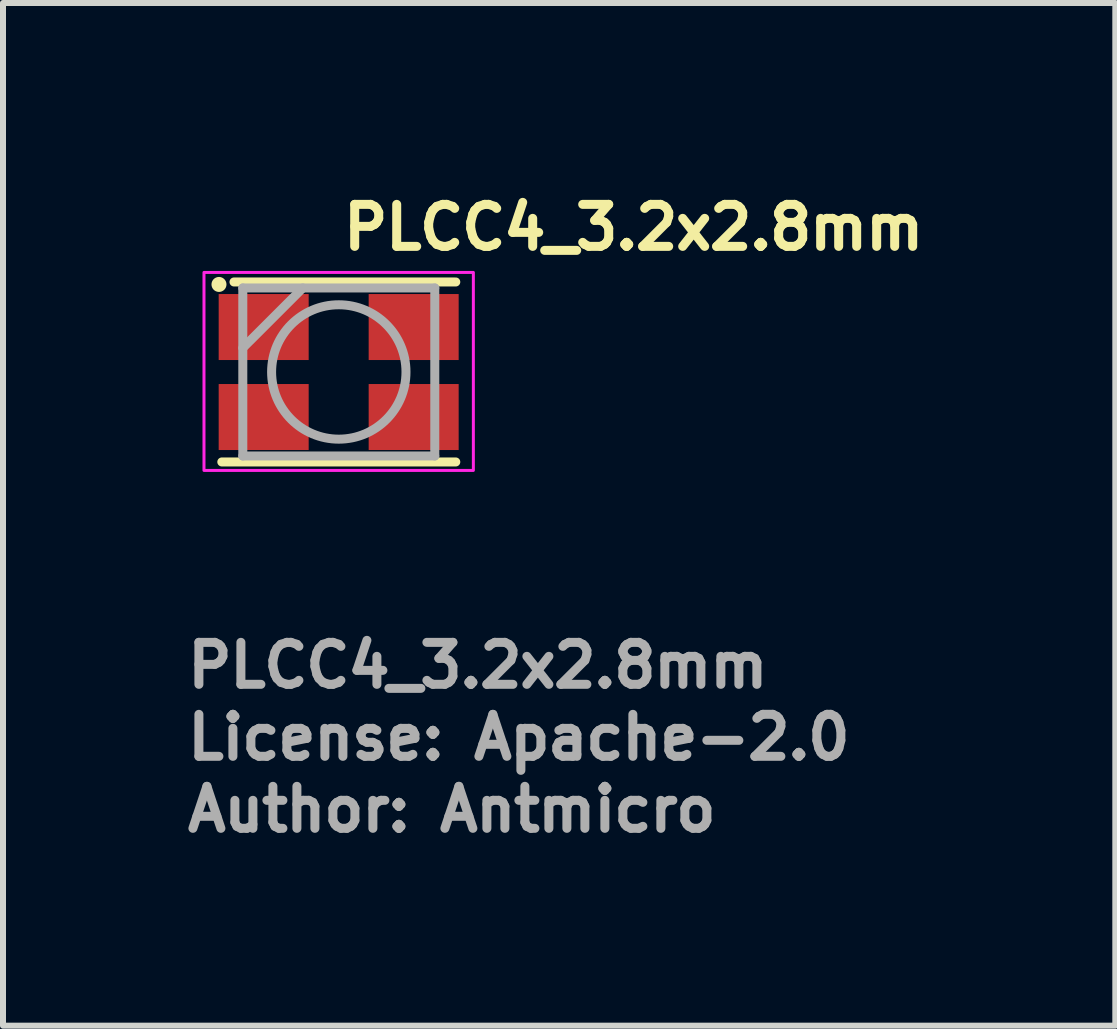
<source format=kicad_pcb>
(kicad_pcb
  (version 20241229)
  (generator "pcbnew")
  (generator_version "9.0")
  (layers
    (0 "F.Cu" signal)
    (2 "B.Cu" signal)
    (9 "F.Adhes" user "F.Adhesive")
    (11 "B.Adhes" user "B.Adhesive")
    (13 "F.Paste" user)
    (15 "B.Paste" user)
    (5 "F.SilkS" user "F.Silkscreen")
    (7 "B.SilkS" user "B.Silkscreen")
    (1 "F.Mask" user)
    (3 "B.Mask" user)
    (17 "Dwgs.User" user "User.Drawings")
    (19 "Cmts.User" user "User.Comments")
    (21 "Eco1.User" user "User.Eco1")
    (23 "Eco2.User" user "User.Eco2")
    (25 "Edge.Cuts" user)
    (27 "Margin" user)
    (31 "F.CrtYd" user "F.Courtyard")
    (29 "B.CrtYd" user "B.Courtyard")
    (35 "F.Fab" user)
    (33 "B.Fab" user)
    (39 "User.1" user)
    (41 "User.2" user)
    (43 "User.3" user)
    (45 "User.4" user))
  (footprint "PLCC4_3.2x2.8mm"
    (layer "F.Cu")
    (at 2.6 3.141)
    (property "Reference" "PLCC4_3.2x2.8mm" (at -0.003 -1.991 0) (unlocked yes) (layer "F.SilkS") (effects (font (size 0.7 0.7) (thickness 0.15)) (justify left bottom)))
    (attr smd)
    (fp_line (start -1.953 1.509) (end 1.947 1.509) (stroke (width 0.15) (type solid)) (layer "F.SilkS"))
    (fp_line (start -1.75 -1.491) (end 1.947 -1.491) (stroke (width 0.15) (type solid)) (layer "F.SilkS"))
    (fp_circle (center -2 -1.45) (end -1.95 -1.45) (stroke (width 0.15) (type solid)) (fill yes) (layer "F.SilkS"))
    (fp_rect (start -2.25 -1.65) (end 2.24 1.65) (stroke (width 0.05) (type solid)) (fill no) (layer "F.CrtYd"))
    (fp_line (start -1.603 -1.391) (end -1.603 1.409) (stroke (width 0.15) (type solid)) (layer "F.Fab"))
    (fp_line (start -1.603 1.409) (end 1.597 1.409) (stroke (width 0.15) (type solid)) (layer "F.Fab"))
    (fp_line (start -0.603 -1.391) (end -1.603 -0.391) (stroke (width 0.15) (type solid)) (layer "F.Fab"))
    (fp_line (start 1.597 -1.391) (end -1.603 -1.391) (stroke (width 0.15) (type solid)) (layer "F.Fab"))
    (fp_line (start 1.597 1.409) (end 1.597 -1.391) (stroke (width 0.15) (type solid)) (layer "F.Fab"))
    (fp_circle (center -0.003 0.009) (end 1.117 0.009) (stroke (width 0.15) (type solid)) (fill no) (layer "F.Fab"))
    (fp_rect (start -1.75 -1.4) (end 1.75 1.4) (stroke (width 0.1) (type solid)) (fill no) (layer "User.5"))
    (fp_line (start -1.75 -1.2) (end -1.65 -1.2) (stroke (width 0.02) (type solid)) (layer "User.9"))
    (fp_line (start -1.75 -0.5) (end -1.75 -1.2) (stroke (width 0.02) (type solid)) (layer "User.9"))
    (fp_line (start -1.75 0.5) (end -1.65 0.5) (stroke (width 0.02) (type solid)) (layer "User.9"))
    (fp_line (start -1.75 1.2) (end -1.75 0.5) (stroke (width 0.02) (type solid)) (layer "User.9"))
    (fp_line (start -1.65 -0.5) (end -1.75 -0.5) (stroke (width 0.02) (type solid)) (layer "User.9"))
    (fp_line (start -1.65 -0.5) (end -1.6 -0.5) (stroke (width 0.02) (type solid)) (layer "User.9"))
    (fp_line (start -1.65 1.2) (end -1.75 1.2) (stroke (width 0.02) (type solid)) (layer "User.9"))
    (fp_line (start -1.65 1.2) (end -1.6 1.2) (stroke (width 0.02) (type solid)) (layer "User.9"))
    (fp_line (start -1.6 -1.4) (end -1.6 -1.2) (stroke (width 0.02) (type solid)) (layer "User.9"))
    (fp_line (start -1.6 -1.2) (end -1.65 -1.2) (stroke (width 0.02) (type solid)) (layer "User.9"))
    (fp_line (start -1.6 -0.5) (end -1.6 0.5) (stroke (width 0.02) (type solid)) (layer "User.9"))
    (fp_line (start -1.6 0.5) (end -1.65 0.5) (stroke (width 0.02) (type solid)) (layer "User.9"))
    (fp_line (start -1.6 1.2) (end -1.6 1.4) (stroke (width 0.02) (type solid)) (layer "User.9"))
    (fp_line (start -1.6 1.4) (end 1.6 1.4) (stroke (width 0.02) (type solid)) (layer "User.9"))
    (fp_line (start -1.598 -1.399) (end -1.598 1.398) (stroke (width 0.02) (type solid)) (layer "User.9"))
    (fp_line (start -1.598 1.398) (end 1.599 1.398) (stroke (width 0.02) (type solid)) (layer "User.9"))
    (fp_line (start -1.573 -1.374) (end -1.598 -1.399) (stroke (width 0.02) (type solid)) (layer "User.9"))
    (fp_line (start -1.573 -1.374) (end -0.922 -1.374) (stroke (width 0.02) (type solid)) (layer "User.9"))
    (fp_line (start -1.573 -0.723) (end -1.573 -1.374) (stroke (width 0.02) (type solid)) (layer "User.9"))
    (fp_line (start -1.5 -0.797) (end -1.573 -0.723) (stroke (width 0.02) (type solid)) (layer "User.9"))
    (fp_line (start -1.5 -0.797) (end -1.5 1.3) (stroke (width 0.02) (type solid)) (layer "User.9"))
    (fp_line (start -1.5 -0.797) (end -0.996 -1.3) (stroke (width 0.02) (type solid)) (layer "User.9"))
    (fp_line (start -1.5 1.3) (end -1.598 1.398) (stroke (width 0.02) (type solid)) (layer "User.9"))
    (fp_line (start -1.5 1.3) (end 1.5 1.3) (stroke (width 0.02) (type solid)) (layer "User.9"))
    (fp_line (start -1.21 0) (end -1.207 0.08) (stroke (width 0.02) (type solid)) (layer "User.9"))
    (fp_line (start -1.209 -0.041) (end -1.21 0) (stroke (width 0.02) (type solid)) (layer "User.9"))
    (fp_line (start -1.207 -0.081) (end -1.209 -0.041) (stroke (width 0.02) (type solid)) (layer "User.9"))
    (fp_line (start -1.207 0.08) (end -1.199 0.16) (stroke (width 0.02) (type solid)) (layer "User.9"))
    (fp_line (start -1.204 -0.121) (end -1.207 -0.081) (stroke (width 0.02) (type solid)) (layer "User.9"))
    (fp_line (start -1.2 0) (end -1.197 0.08) (stroke (width 0.02) (type solid)) (layer "User.9"))
    (fp_line (start -1.199 -0.161) (end -1.204 -0.121) (stroke (width 0.02) (type solid)) (layer "User.9"))
    (fp_line (start -1.199 -0.04) (end -1.2 0) (stroke (width 0.02) (type solid)) (layer "User.9"))
    (fp_line (start -1.199 0.16) (end -1.186 0.238) (stroke (width 0.02) (type solid)) (layer "User.9"))
    (fp_line (start -1.197 -0.08) (end -1.199 -0.04) (stroke (width 0.02) (type solid)) (layer "User.9"))
    (fp_line (start -1.197 0.08) (end -1.189 0.159) (stroke (width 0.02) (type solid)) (layer "User.9"))
    (fp_line (start -1.194 -0.2) (end -1.199 -0.161) (stroke (width 0.02) (type solid)) (layer "User.9"))
    (fp_line (start -1.194 -0.12) (end -1.197 -0.08) (stroke (width 0.02) (type solid)) (layer "User.9"))
    (fp_line (start -1.189 -0.159) (end -1.194 -0.12) (stroke (width 0.02) (type solid)) (layer "User.9"))
    (fp_line (start -1.189 0.159) (end -1.176 0.236) (stroke (width 0.02) (type solid)) (layer "User.9"))
    (fp_line (start -1.186 -0.239) (end -1.194 -0.2) (stroke (width 0.02) (type solid)) (layer "User.9"))
    (fp_line (start -1.186 0.238) (end -1.168 0.315) (stroke (width 0.02) (type solid)) (layer "User.9"))
    (fp_line (start -1.183 -0.198) (end -1.189 -0.159) (stroke (width 0.02) (type solid)) (layer "User.9"))
    (fp_line (start -1.178 -0.278) (end -1.186 -0.239) (stroke (width 0.02) (type solid)) (layer "User.9"))
    (fp_line (start -1.176 -0.237) (end -1.183 -0.198) (stroke (width 0.02) (type solid)) (layer "User.9"))
    (fp_line (start -1.176 0.236) (end -1.158 0.313) (stroke (width 0.02) (type solid)) (layer "User.9"))
    (fp_line (start -1.168 -0.316) (end -1.178 -0.278) (stroke (width 0.02) (type solid)) (layer "User.9"))
    (fp_line (start -1.168 -0.276) (end -1.176 -0.237) (stroke (width 0.02) (type solid)) (layer "User.9"))
    (fp_line (start -1.168 0.315) (end -1.145 0.391) (stroke (width 0.02) (type solid)) (layer "User.9"))
    (fp_line (start -1.158 -0.314) (end -1.168 -0.276) (stroke (width 0.02) (type solid)) (layer "User.9"))
    (fp_line (start -1.158 0.313) (end -1.135 0.387) (stroke (width 0.02) (type solid)) (layer "User.9"))
    (fp_line (start -1.157 -0.354) (end -1.168 -0.316) (stroke (width 0.02) (type solid)) (layer "User.9"))
    (fp_line (start -1.147 -0.351) (end -1.158 -0.314) (stroke (width 0.02) (type solid)) (layer "User.9"))
    (fp_line (start -1.145 -0.392) (end -1.157 -0.354) (stroke (width 0.02) (type solid)) (layer "User.9"))
    (fp_line (start -1.145 0.391) (end -1.117 0.464) (stroke (width 0.02) (type solid)) (layer "User.9"))
    (fp_line (start -1.135 -0.388) (end -1.147 -0.351) (stroke (width 0.02) (type solid)) (layer "User.9"))
    (fp_line (start -1.135 0.387) (end -1.108 0.46) (stroke (width 0.02) (type solid)) (layer "User.9"))
    (fp_line (start -1.132 -0.429) (end -1.145 -0.392) (stroke (width 0.02) (type solid)) (layer "User.9"))
    (fp_line (start -1.122 -0.425) (end -1.135 -0.388) (stroke (width 0.02) (type solid)) (layer "User.9"))
    (fp_line (start -1.117 -0.465) (end -1.132 -0.429) (stroke (width 0.02) (type solid)) (layer "User.9"))
    (fp_line (start -1.117 0.464) (end -1.085 0.536) (stroke (width 0.02) (type solid)) (layer "User.9"))
    (fp_line (start -1.108 -0.461) (end -1.122 -0.425) (stroke (width 0.02) (type solid)) (layer "User.9"))
    (fp_line (start -1.108 0.46) (end -1.076 0.531) (stroke (width 0.02) (type solid)) (layer "User.9"))
    (fp_line (start -1.102 -0.501) (end -1.117 -0.465) (stroke (width 0.02) (type solid)) (layer "User.9"))
    (fp_line (start -1.092 -0.497) (end -1.108 -0.461) (stroke (width 0.02) (type solid)) (layer "User.9"))
    (fp_line (start -1.085 -0.537) (end -1.102 -0.501) (stroke (width 0.02) (type solid)) (layer "User.9"))
    (fp_line (start -1.085 0.536) (end -1.048 0.605) (stroke (width 0.02) (type solid)) (layer "User.9"))
    (fp_line (start -1.076 -0.532) (end -1.092 -0.497) (stroke (width 0.02) (type solid)) (layer "User.9"))
    (fp_line (start -1.076 0.531) (end -1.039 0.6) (stroke (width 0.02) (type solid)) (layer "User.9"))
    (fp_line (start -1.067 -0.571) (end -1.085 -0.537) (stroke (width 0.02) (type solid)) (layer "User.9"))
    (fp_line (start -1.058 -0.566) (end -1.076 -0.532) (stroke (width 0.02) (type solid)) (layer "User.9"))
    (fp_line (start -1.048 -0.606) (end -1.067 -0.571) (stroke (width 0.02) (type solid)) (layer "User.9"))
    (fp_line (start -1.048 0.605) (end -1.007 0.671) (stroke (width 0.02) (type solid)) (layer "User.9"))
    (fp_line (start -1.039 -0.6) (end -1.058 -0.566) (stroke (width 0.02) (type solid)) (layer "User.9"))
    (fp_line (start -1.039 0.6) (end -0.998 0.666) (stroke (width 0.02) (type solid)) (layer "User.9"))
    (fp_line (start -1.028 -0.639) (end -1.048 -0.606) (stroke (width 0.02) (type solid)) (layer "User.9"))
    (fp_line (start -1.019 -0.634) (end -1.039 -0.6) (stroke (width 0.02) (type solid)) (layer "User.9"))
    (fp_line (start -1.007 -0.672) (end -1.028 -0.639) (stroke (width 0.02) (type solid)) (layer "User.9"))
    (fp_line (start -1.007 0.671) (end -0.961 0.735) (stroke (width 0.02) (type solid)) (layer "User.9"))
    (fp_line (start -0.998 -0.666) (end -1.019 -0.634) (stroke (width 0.02) (type solid)) (layer "User.9"))
    (fp_line (start -0.998 0.666) (end -0.953 0.729) (stroke (width 0.02) (type solid)) (layer "User.9"))
    (fp_line (start -0.984 -0.704) (end -1.007 -0.672) (stroke (width 0.02) (type solid)) (layer "User.9"))
    (fp_line (start -0.976 -0.698) (end -0.998 -0.666) (stroke (width 0.02) (type solid)) (layer "User.9"))
    (fp_line (start -0.961 -0.736) (end -0.984 -0.704) (stroke (width 0.02) (type solid)) (layer "User.9"))
    (fp_line (start -0.961 0.735) (end -0.911 0.796) (stroke (width 0.02) (type solid)) (layer "User.9"))
    (fp_line (start -0.953 -0.73) (end -0.976 -0.698) (stroke (width 0.02) (type solid)) (layer "User.9"))
    (fp_line (start -0.953 0.729) (end -0.903 0.789) (stroke (width 0.02) (type solid)) (layer "User.9"))
    (fp_line (start -0.937 -0.767) (end -0.961 -0.736) (stroke (width 0.02) (type solid)) (layer "User.9"))
    (fp_line (start -0.929 -0.76) (end -0.953 -0.73) (stroke (width 0.02) (type solid)) (layer "User.9"))
    (fp_line (start -0.922 -1.374) (end -0.996 -1.3) (stroke (width 0.02) (type solid)) (layer "User.9"))
    (fp_line (start -0.911 -0.797) (end -0.937 -0.767) (stroke (width 0.02) (type solid)) (layer "User.9"))
    (fp_line (start -0.911 0.796) (end -0.857 0.854) (stroke (width 0.02) (type solid)) (layer "User.9"))
    (fp_line (start -0.903 -0.79) (end -0.929 -0.76) (stroke (width 0.02) (type solid)) (layer "User.9"))
    (fp_line (start -0.903 0.789) (end -0.85 0.846) (stroke (width 0.02) (type solid)) (layer "User.9"))
    (fp_line (start -0.885 -0.826) (end -0.911 -0.797) (stroke (width 0.02) (type solid)) (layer "User.9"))
    (fp_line (start -0.877 -0.819) (end -0.903 -0.79) (stroke (width 0.02) (type solid)) (layer "User.9"))
    (fp_line (start -0.857 -0.855) (end -0.885 -0.826) (stroke (width 0.02) (type solid)) (layer "User.9"))
    (fp_line (start -0.857 0.854) (end -0.8 0.908) (stroke (width 0.02) (type solid)) (layer "User.9"))
    (fp_line (start -0.85 -0.847) (end -0.877 -0.819) (stroke (width 0.02) (type solid)) (layer "User.9"))
    (fp_line (start -0.85 0.846) (end -0.793 0.9) (stroke (width 0.02) (type solid)) (layer "User.9"))
    (fp_line (start -0.829 -0.882) (end -0.857 -0.855) (stroke (width 0.02) (type solid)) (layer "User.9"))
    (fp_line (start -0.822 -0.874) (end -0.85 -0.847) (stroke (width 0.02) (type solid)) (layer "User.9"))
    (fp_line (start -0.8 -0.909) (end -0.829 -0.882) (stroke (width 0.02) (type solid)) (layer "User.9"))
    (fp_line (start -0.8 0.908) (end -0.738 0.959) (stroke (width 0.02) (type solid)) (layer "User.9"))
    (fp_line (start -0.793 -0.901) (end -0.822 -0.874) (stroke (width 0.02) (type solid)) (layer "User.9"))
    (fp_line (start -0.793 0.9) (end -0.732 0.95) (stroke (width 0.02) (type solid)) (layer "User.9"))
    (fp_line (start -0.77 -0.934) (end -0.8 -0.909) (stroke (width 0.02) (type solid)) (layer "User.9"))
    (fp_line (start -0.763 -0.926) (end -0.793 -0.901) (stroke (width 0.02) (type solid)) (layer "User.9"))
    (fp_line (start -0.738 -0.959) (end -0.77 -0.934) (stroke (width 0.02) (type solid)) (layer "User.9"))
    (fp_line (start -0.738 0.959) (end -0.673 1.005) (stroke (width 0.02) (type solid)) (layer "User.9"))
    (fp_line (start -0.732 -0.951) (end -0.763 -0.926) (stroke (width 0.02) (type solid)) (layer "User.9"))
    (fp_line (start -0.732 0.95) (end -0.668 0.997) (stroke (width 0.02) (type solid)) (layer "User.9"))
    (fp_line (start -0.706 -0.983) (end -0.738 -0.959) (stroke (width 0.02) (type solid)) (layer "User.9"))
    (fp_line (start -0.7 -0.975) (end -0.732 -0.951) (stroke (width 0.02) (type solid)) (layer "User.9"))
    (fp_line (start -0.673 -1.006) (end -0.706 -0.983) (stroke (width 0.02) (type solid)) (layer "User.9"))
    (fp_line (start -0.673 1.005) (end -0.605 1.048) (stroke (width 0.02) (type solid)) (layer "User.9"))
    (fp_line (start -0.668 -0.997) (end -0.7 -0.975) (stroke (width 0.02) (type solid)) (layer "User.9"))
    (fp_line (start -0.668 0.997) (end -0.6 1.039) (stroke (width 0.02) (type solid)) (layer "User.9"))
    (fp_line (start -0.64 -1.028) (end -0.673 -1.006) (stroke (width 0.02) (type solid)) (layer "User.9"))
    (fp_line (start -0.634 -1.019) (end -0.668 -0.997) (stroke (width 0.02) (type solid)) (layer "User.9"))
    (fp_line (start -0.605 -1.049) (end -0.64 -1.028) (stroke (width 0.02) (type solid)) (layer "User.9"))
    (fp_line (start -0.605 1.048) (end -0.534 1.086) (stroke (width 0.02) (type solid)) (layer "User.9"))
    (fp_line (start -0.6 -1.04) (end -0.634 -1.019) (stroke (width 0.02) (type solid)) (layer "User.9"))
    (fp_line (start -0.6 1.039) (end -0.529 1.077) (stroke (width 0.02) (type solid)) (layer "User.9"))
    (fp_line (start -0.534 -1.087) (end -0.605 -1.049) (stroke (width 0.02) (type solid)) (layer "User.9"))
    (fp_line (start -0.534 1.086) (end -0.461 1.119) (stroke (width 0.02) (type solid)) (layer "User.9"))
    (fp_line (start -0.529 -1.077) (end -0.6 -1.04) (stroke (width 0.02) (type solid)) (layer "User.9"))
    (fp_line (start -0.529 1.077) (end -0.457 1.109) (stroke (width 0.02) (type solid)) (layer "User.9"))
    (fp_line (start -0.461 -1.12) (end -0.534 -1.087) (stroke (width 0.02) (type solid)) (layer "User.9"))
    (fp_line (start -0.461 1.119) (end -0.386 1.147) (stroke (width 0.02) (type solid)) (layer "User.9"))
    (fp_line (start -0.457 -1.11) (end -0.529 -1.077) (stroke (width 0.02) (type solid)) (layer "User.9"))
    (fp_line (start -0.457 1.109) (end -0.383 1.137) (stroke (width 0.02) (type solid)) (layer "User.9"))
    (fp_line (start -0.386 -1.148) (end -0.461 -1.12) (stroke (width 0.02) (type solid)) (layer "User.9"))
    (fp_line (start -0.386 1.147) (end -0.31 1.17) (stroke (width 0.02) (type solid)) (layer "User.9"))
    (fp_line (start -0.383 -1.138) (end -0.457 -1.11) (stroke (width 0.02) (type solid)) (layer "User.9"))
    (fp_line (start -0.383 1.137) (end -0.308 1.159) (stroke (width 0.02) (type solid)) (layer "User.9"))
    (fp_line (start -0.31 -1.17) (end -0.386 -1.148) (stroke (width 0.02) (type solid)) (layer "User.9"))
    (fp_line (start -0.31 1.17) (end -0.234 1.187) (stroke (width 0.02) (type solid)) (layer "User.9"))
    (fp_line (start -0.308 -1.16) (end -0.383 -1.138) (stroke (width 0.02) (type solid)) (layer "User.9"))
    (fp_line (start -0.308 1.159) (end -0.232 1.177) (stroke (width 0.02) (type solid)) (layer "User.9"))
    (fp_line (start -0.234 -1.188) (end -0.31 -1.17) (stroke (width 0.02) (type solid)) (layer "User.9"))
    (fp_line (start -0.234 1.187) (end -0.156 1.2) (stroke (width 0.02) (type solid)) (layer "User.9"))
    (fp_line (start -0.232 -1.178) (end -0.308 -1.16) (stroke (width 0.02) (type solid)) (layer "User.9"))
    (fp_line (start -0.232 1.177) (end -0.155 1.19) (stroke (width 0.02) (type solid)) (layer "User.9"))
    (fp_line (start -0.156 -1.201) (end -0.234 -1.188) (stroke (width 0.02) (type solid)) (layer "User.9"))
    (fp_line (start -0.156 1.2) (end -0.078 1.208) (stroke (width 0.02) (type solid)) (layer "User.9"))
    (fp_line (start -0.155 -1.19) (end -0.232 -1.178) (stroke (width 0.02) (type solid)) (layer "User.9"))
    (fp_line (start -0.155 1.19) (end -0.077 1.197) (stroke (width 0.02) (type solid)) (layer "User.9"))
    (fp_line (start -0.078 -1.208) (end -0.156 -1.201) (stroke (width 0.02) (type solid)) (layer "User.9"))
    (fp_line (start -0.078 1.208) (end 0 1.21) (stroke (width 0.02) (type solid)) (layer "User.9"))
    (fp_line (start -0.077 -1.198) (end -0.155 -1.19) (stroke (width 0.02) (type solid)) (layer "User.9"))
    (fp_line (start -0.077 1.197) (end 0 1.2) (stroke (width 0.02) (type solid)) (layer "User.9"))
    (fp_line (start 0 -1.211) (end -0.078 -1.208) (stroke (width 0.02) (type solid)) (layer "User.9"))
    (fp_line (start 0 -1.2) (end -0.077 -1.198) (stroke (width 0.02) (type solid)) (layer "User.9"))
    (fp_line (start 0 1.2) (end 0.078 1.197) (stroke (width 0.02) (type solid)) (layer "User.9"))
    (fp_line (start 0 1.21) (end 0.079 1.208) (stroke (width 0.02) (type solid)) (layer "User.9"))
    (fp_line (start 0.078 -1.198) (end 0 -1.2) (stroke (width 0.02) (type solid)) (layer "User.9"))
    (fp_line (start 0.078 1.197) (end 0.155 1.19) (stroke (width 0.02) (type solid)) (layer "User.9"))
    (fp_line (start 0.079 -1.208) (end 0 -1.211) (stroke (width 0.02) (type solid)) (layer "User.9"))
    (fp_line (start 0.079 1.208) (end 0.157 1.2) (stroke (width 0.02) (type solid)) (layer "User.9"))
    (fp_line (start 0.155 -1.19) (end 0.078 -1.198) (stroke (width 0.02) (type solid)) (layer "User.9"))
    (fp_line (start 0.155 1.19) (end 0.232 1.177) (stroke (width 0.02) (type solid)) (layer "User.9"))
    (fp_line (start 0.157 -1.201) (end 0.079 -1.208) (stroke (width 0.02) (type solid)) (layer "User.9"))
    (fp_line (start 0.157 1.2) (end 0.234 1.187) (stroke (width 0.02) (type solid)) (layer "User.9"))
    (fp_line (start 0.232 -1.178) (end 0.155 -1.19) (stroke (width 0.02) (type solid)) (layer "User.9"))
    (fp_line (start 0.232 1.177) (end 0.308 1.159) (stroke (width 0.02) (type solid)) (layer "User.9"))
    (fp_line (start 0.234 -1.188) (end 0.157 -1.201) (stroke (width 0.02) (type solid)) (layer "User.9"))
    (fp_line (start 0.234 1.187) (end 0.311 1.17) (stroke (width 0.02) (type solid)) (layer "User.9"))
    (fp_line (start 0.308 -1.16) (end 0.232 -1.178) (stroke (width 0.02) (type solid)) (layer "User.9"))
    (fp_line (start 0.308 1.159) (end 0.384 1.137) (stroke (width 0.02) (type solid)) (layer "User.9"))
    (fp_line (start 0.311 -1.17) (end 0.234 -1.188) (stroke (width 0.02) (type solid)) (layer "User.9"))
    (fp_line (start 0.311 1.17) (end 0.387 1.147) (stroke (width 0.02) (type solid)) (layer "User.9"))
    (fp_line (start 0.384 -1.138) (end 0.308 -1.16) (stroke (width 0.02) (type solid)) (layer "User.9"))
    (fp_line (start 0.384 1.137) (end 0.457 1.109) (stroke (width 0.02) (type solid)) (layer "User.9"))
    (fp_line (start 0.387 -1.148) (end 0.311 -1.17) (stroke (width 0.02) (type solid)) (layer "User.9"))
    (fp_line (start 0.387 1.147) (end 0.461 1.119) (stroke (width 0.02) (type solid)) (layer "User.9"))
    (fp_line (start 0.457 -1.11) (end 0.384 -1.138) (stroke (width 0.02) (type solid)) (layer "User.9"))
    (fp_line (start 0.457 1.109) (end 0.53 1.077) (stroke (width 0.02) (type solid)) (layer "User.9"))
    (fp_line (start 0.461 -1.12) (end 0.387 -1.148) (stroke (width 0.02) (type solid)) (layer "User.9"))
    (fp_line (start 0.461 1.119) (end 0.534 1.086) (stroke (width 0.02) (type solid)) (layer "User.9"))
    (fp_line (start 0.53 -1.077) (end 0.457 -1.11) (stroke (width 0.02) (type solid)) (layer "User.9"))
    (fp_line (start 0.53 1.077) (end 0.6 1.039) (stroke (width 0.02) (type solid)) (layer "User.9"))
    (fp_line (start 0.534 -1.087) (end 0.461 -1.12) (stroke (width 0.02) (type solid)) (layer "User.9"))
    (fp_line (start 0.534 1.086) (end 0.606 1.048) (stroke (width 0.02) (type solid)) (layer "User.9"))
    (fp_line (start 0.6 -1.04) (end 0.53 -1.077) (stroke (width 0.02) (type solid)) (layer "User.9"))
    (fp_line (start 0.6 1.039) (end 0.635 1.018) (stroke (width 0.02) (type solid)) (layer "User.9"))
    (fp_line (start 0.606 -1.049) (end 0.534 -1.087) (stroke (width 0.02) (type solid)) (layer "User.9"))
    (fp_line (start 0.606 1.048) (end 0.64 1.027) (stroke (width 0.02) (type solid)) (layer "User.9"))
    (fp_line (start 0.635 1.018) (end 0.668 0.997) (stroke (width 0.02) (type solid)) (layer "User.9"))
    (fp_line (start 0.64 1.027) (end 0.674 1.005) (stroke (width 0.02) (type solid)) (layer "User.9"))
    (fp_line (start 0.668 -0.997) (end 0.6 -1.04) (stroke (width 0.02) (type solid)) (layer "User.9"))
    (fp_line (start 0.668 0.997) (end 0.701 0.974) (stroke (width 0.02) (type solid)) (layer "User.9"))
    (fp_line (start 0.674 -1.006) (end 0.606 -1.049) (stroke (width 0.02) (type solid)) (layer "User.9"))
    (fp_line (start 0.674 1.005) (end 0.707 0.982) (stroke (width 0.02) (type solid)) (layer "User.9"))
    (fp_line (start 0.701 0.974) (end 0.733 0.95) (stroke (width 0.02) (type solid)) (layer "User.9"))
    (fp_line (start 0.707 0.982) (end 0.739 0.959) (stroke (width 0.02) (type solid)) (layer "User.9"))
    (fp_line (start 0.733 -0.951) (end 0.668 -0.997) (stroke (width 0.02) (type solid)) (layer "User.9"))
    (fp_line (start 0.733 0.95) (end 0.764 0.926) (stroke (width 0.02) (type solid)) (layer "User.9"))
    (fp_line (start 0.739 -0.959) (end 0.674 -1.006) (stroke (width 0.02) (type solid)) (layer "User.9"))
    (fp_line (start 0.739 0.959) (end 0.77 0.934) (stroke (width 0.02) (type solid)) (layer "User.9"))
    (fp_line (start 0.764 0.926) (end 0.794 0.9) (stroke (width 0.02) (type solid)) (layer "User.9"))
    (fp_line (start 0.77 0.934) (end 0.801 0.908) (stroke (width 0.02) (type solid)) (layer "User.9"))
    (fp_line (start 0.794 -0.901) (end 0.733 -0.951) (stroke (width 0.02) (type solid)) (layer "User.9"))
    (fp_line (start 0.794 0.9) (end 0.823 0.874) (stroke (width 0.02) (type solid)) (layer "User.9"))
    (fp_line (start 0.801 -0.909) (end 0.739 -0.959) (stroke (width 0.02) (type solid)) (layer "User.9"))
    (fp_line (start 0.801 0.908) (end 0.83 0.881) (stroke (width 0.02) (type solid)) (layer "User.9"))
    (fp_line (start 0.823 0.874) (end 0.851 0.846) (stroke (width 0.02) (type solid)) (layer "User.9"))
    (fp_line (start 0.83 0.881) (end 0.858 0.854) (stroke (width 0.02) (type solid)) (layer "User.9"))
    (fp_line (start 0.851 -0.847) (end 0.794 -0.901) (stroke (width 0.02) (type solid)) (layer "User.9"))
    (fp_line (start 0.851 0.846) (end 0.878 0.818) (stroke (width 0.02) (type solid)) (layer "User.9"))
    (fp_line (start 0.858 -0.855) (end 0.801 -0.909) (stroke (width 0.02) (type solid)) (layer "User.9"))
    (fp_line (start 0.858 0.854) (end 0.886 0.825) (stroke (width 0.02) (type solid)) (layer "User.9"))
    (fp_line (start 0.878 0.818) (end 0.904 0.789) (stroke (width 0.02) (type solid)) (layer "User.9"))
    (fp_line (start 0.886 0.825) (end 0.912 0.796) (stroke (width 0.02) (type solid)) (layer "User.9"))
    (fp_line (start 0.904 -0.79) (end 0.851 -0.847) (stroke (width 0.02) (type solid)) (layer "User.9"))
    (fp_line (start 0.904 0.789) (end 0.929 0.759) (stroke (width 0.02) (type solid)) (layer "User.9"))
    (fp_line (start 0.912 -0.797) (end 0.858 -0.855) (stroke (width 0.02) (type solid)) (layer "User.9"))
    (fp_line (start 0.912 0.796) (end 0.937 0.766) (stroke (width 0.02) (type solid)) (layer "User.9"))
    (fp_line (start 0.929 0.759) (end 0.953 0.729) (stroke (width 0.02) (type solid)) (layer "User.9"))
    (fp_line (start 0.937 0.766) (end 0.962 0.735) (stroke (width 0.02) (type solid)) (layer "User.9"))
    (fp_line (start 0.953 -0.73) (end 0.904 -0.79) (stroke (width 0.02) (type solid)) (layer "User.9"))
    (fp_line (start 0.953 0.729) (end 0.976 0.698) (stroke (width 0.02) (type solid)) (layer "User.9"))
    (fp_line (start 0.962 -0.736) (end 0.912 -0.797) (stroke (width 0.02) (type solid)) (layer "User.9"))
    (fp_line (start 0.962 0.735) (end 0.985 0.704) (stroke (width 0.02) (type solid)) (layer "User.9"))
    (fp_line (start 0.976 0.698) (end 0.999 0.666) (stroke (width 0.02) (type solid)) (layer "User.9"))
    (fp_line (start 0.985 0.704) (end 1.007 0.671) (stroke (width 0.02) (type solid)) (layer "User.9"))
    (fp_line (start 0.999 -0.666) (end 0.953 -0.73) (stroke (width 0.02) (type solid)) (layer "User.9"))
    (fp_line (start 0.999 0.666) (end 1.02 0.633) (stroke (width 0.02) (type solid)) (layer "User.9"))
    (fp_line (start 1.007 -0.672) (end 0.962 -0.736) (stroke (width 0.02) (type solid)) (layer "User.9"))
    (fp_line (start 1.007 0.671) (end 1.029 0.638) (stroke (width 0.02) (type solid)) (layer "User.9"))
    (fp_line (start 1.02 0.633) (end 1.04 0.6) (stroke (width 0.02) (type solid)) (layer "User.9"))
    (fp_line (start 1.029 0.638) (end 1.049 0.605) (stroke (width 0.02) (type solid)) (layer "User.9"))
    (fp_line (start 1.04 -0.6) (end 0.999 -0.666) (stroke (width 0.02) (type solid)) (layer "User.9"))
    (fp_line (start 1.04 0.6) (end 1.058 0.566) (stroke (width 0.02) (type solid)) (layer "User.9"))
    (fp_line (start 1.049 -0.606) (end 1.007 -0.672) (stroke (width 0.02) (type solid)) (layer "User.9"))
    (fp_line (start 1.049 0.605) (end 1.068 0.571) (stroke (width 0.02) (type solid)) (layer "User.9"))
    (fp_line (start 1.058 0.566) (end 1.076 0.531) (stroke (width 0.02) (type solid)) (layer "User.9"))
    (fp_line (start 1.068 0.571) (end 1.086 0.536) (stroke (width 0.02) (type solid)) (layer "User.9"))
    (fp_line (start 1.076 -0.532) (end 1.04 -0.6) (stroke (width 0.02) (type solid)) (layer "User.9"))
    (fp_line (start 1.076 0.531) (end 1.093 0.496) (stroke (width 0.02) (type solid)) (layer "User.9"))
    (fp_line (start 1.086 -0.537) (end 1.049 -0.606) (stroke (width 0.02) (type solid)) (layer "User.9"))
    (fp_line (start 1.086 0.536) (end 1.102 0.5) (stroke (width 0.02) (type solid)) (layer "User.9"))
    (fp_line (start 1.093 0.496) (end 1.108 0.46) (stroke (width 0.02) (type solid)) (layer "User.9"))
    (fp_line (start 1.102 0.5) (end 1.118 0.464) (stroke (width 0.02) (type solid)) (layer "User.9"))
    (fp_line (start 1.108 -0.461) (end 1.076 -0.532) (stroke (width 0.02) (type solid)) (layer "User.9"))
    (fp_line (start 1.108 0.46) (end 1.123 0.424) (stroke (width 0.02) (type solid)) (layer "User.9"))
    (fp_line (start 1.118 -0.465) (end 1.086 -0.537) (stroke (width 0.02) (type solid)) (layer "User.9"))
    (fp_line (start 1.118 0.464) (end 1.133 0.428) (stroke (width 0.02) (type solid)) (layer "User.9"))
    (fp_line (start 1.123 0.424) (end 1.136 0.387) (stroke (width 0.02) (type solid)) (layer "User.9"))
    (fp_line (start 1.133 0.428) (end 1.146 0.391) (stroke (width 0.02) (type solid)) (layer "User.9"))
    (fp_line (start 1.136 -0.388) (end 1.108 -0.461) (stroke (width 0.02) (type solid)) (layer "User.9"))
    (fp_line (start 1.136 0.387) (end 1.148 0.35) (stroke (width 0.02) (type solid)) (layer "User.9"))
    (fp_line (start 1.146 -0.392) (end 1.118 -0.465) (stroke (width 0.02) (type solid)) (layer "User.9"))
    (fp_line (start 1.146 0.391) (end 1.158 0.353) (stroke (width 0.02) (type solid)) (layer "User.9"))
    (fp_line (start 1.148 0.35) (end 1.159 0.313) (stroke (width 0.02) (type solid)) (layer "User.9"))
    (fp_line (start 1.158 0.353) (end 1.169 0.315) (stroke (width 0.02) (type solid)) (layer "User.9"))
    (fp_line (start 1.159 -0.314) (end 1.136 -0.388) (stroke (width 0.02) (type solid)) (layer "User.9"))
    (fp_line (start 1.159 0.313) (end 1.168 0.275) (stroke (width 0.02) (type solid)) (layer "User.9"))
    (fp_line (start 1.168 0.275) (end 1.177 0.236) (stroke (width 0.02) (type solid)) (layer "User.9"))
    (fp_line (start 1.169 -0.316) (end 1.146 -0.392) (stroke (width 0.02) (type solid)) (layer "User.9"))
    (fp_line (start 1.169 0.315) (end 1.179 0.277) (stroke (width 0.02) (type solid)) (layer "User.9"))
    (fp_line (start 1.177 -0.237) (end 1.159 -0.314) (stroke (width 0.02) (type solid)) (layer "User.9"))
    (fp_line (start 1.177 0.236) (end 1.184 0.198) (stroke (width 0.02) (type solid)) (layer "User.9"))
    (fp_line (start 1.179 0.277) (end 1.187 0.238) (stroke (width 0.02) (type solid)) (layer "User.9"))
    (fp_line (start 1.184 0.198) (end 1.19 0.159) (stroke (width 0.02) (type solid)) (layer "User.9"))
    (fp_line (start 1.187 -0.239) (end 1.169 -0.316) (stroke (width 0.02) (type solid)) (layer "User.9"))
    (fp_line (start 1.187 0.238) (end 1.194 0.199) (stroke (width 0.02) (type solid)) (layer "User.9"))
    (fp_line (start 1.19 -0.159) (end 1.177 -0.237) (stroke (width 0.02) (type solid)) (layer "User.9"))
    (fp_line (start 1.19 0.159) (end 1.194 0.119) (stroke (width 0.02) (type solid)) (layer "User.9"))
    (fp_line (start 1.194 0.119) (end 1.198 0.08) (stroke (width 0.02) (type solid)) (layer "User.9"))
    (fp_line (start 1.194 0.199) (end 1.2 0.16) (stroke (width 0.02) (type solid)) (layer "User.9"))
    (fp_line (start 1.198 -0.08) (end 1.19 -0.159) (stroke (width 0.02) (type solid)) (layer "User.9"))
    (fp_line (start 1.198 0.08) (end 1.2 0.04) (stroke (width 0.02) (type solid)) (layer "User.9"))
    (fp_line (start 1.2 -0.161) (end 1.187 -0.239) (stroke (width 0.02) (type solid)) (layer "User.9"))
    (fp_line (start 1.2 0) (end 1.198 -0.08) (stroke (width 0.02) (type solid)) (layer "User.9"))
    (fp_line (start 1.2 0.04) (end 1.2 0) (stroke (width 0.02) (type solid)) (layer "User.9"))
    (fp_line (start 1.2 0.16) (end 1.205 0.12) (stroke (width 0.02) (type solid)) (layer "User.9"))
    (fp_line (start 1.205 0.12) (end 1.208 0.08) (stroke (width 0.02) (type solid)) (layer "User.9"))
    (fp_line (start 1.208 -0.081) (end 1.2 -0.161) (stroke (width 0.02) (type solid)) (layer "User.9"))
    (fp_line (start 1.208 0.08) (end 1.21 0.04) (stroke (width 0.02) (type solid)) (layer "User.9"))
    (fp_line (start 1.21 0.04) (end 1.211 0) (stroke (width 0.02) (type solid)) (layer "User.9"))
    (fp_line (start 1.211 0) (end 1.208 -0.081) (stroke (width 0.02) (type solid)) (layer "User.9"))
    (fp_line (start 1.5 -1.3) (end -0.996 -1.3) (stroke (width 0.02) (type solid)) (layer "User.9"))
    (fp_line (start 1.5 -1.3) (end 1.599 -1.399) (stroke (width 0.02) (type solid)) (layer "User.9"))
    (fp_line (start 1.5 1.3) (end 1.5 -1.3) (stroke (width 0.02) (type solid)) (layer "User.9"))
    (fp_line (start 1.5 1.3) (end 1.599 1.398) (stroke (width 0.02) (type solid)) (layer "User.9"))
    (fp_line (start 1.599 -1.399) (end -1.598 -1.399) (stroke (width 0.02) (type solid)) (layer "User.9"))
    (fp_line (start 1.599 1.398) (end 1.599 -1.399) (stroke (width 0.02) (type solid)) (layer "User.9"))
    (fp_line (start 1.6 -1.4) (end -1.6 -1.4) (stroke (width 0.02) (type solid)) (layer "User.9"))
    (fp_line (start 1.6 -1.2) (end 1.6 -1.4) (stroke (width 0.02) (type solid)) (layer "User.9"))
    (fp_line (start 1.6 -0.5) (end 1.65 -0.5) (stroke (width 0.02) (type solid)) (layer "User.9"))
    (fp_line (start 1.6 0.5) (end 1.6 -0.5) (stroke (width 0.02) (type solid)) (layer "User.9"))
    (fp_line (start 1.6 1.2) (end 1.65 1.2) (stroke (width 0.02) (type solid)) (layer "User.9"))
    (fp_line (start 1.6 1.4) (end 1.6 1.2) (stroke (width 0.02) (type solid)) (layer "User.9"))
    (fp_line (start 1.65 -1.2) (end 1.6 -1.2) (stroke (width 0.02) (type solid)) (layer "User.9"))
    (fp_line (start 1.65 -1.2) (end 1.75 -1.2) (stroke (width 0.02) (type solid)) (layer "User.9"))
    (fp_line (start 1.65 0.5) (end 1.6 0.5) (stroke (width 0.02) (type solid)) (layer "User.9"))
    (fp_line (start 1.65 0.5) (end 1.75 0.5) (stroke (width 0.02) (type solid)) (layer "User.9"))
    (fp_line (start 1.75 -1.2) (end 1.75 -0.5) (stroke (width 0.02) (type solid)) (layer "User.9"))
    (fp_line (start 1.75 -0.5) (end 1.65 -0.5) (stroke (width 0.02) (type solid)) (layer "User.9"))
    (fp_line (start 1.75 0.5) (end 1.75 1.2) (stroke (width 0.02) (type solid)) (layer "User.9"))
    (fp_line (start 1.75 1.2) (end 1.65 1.2) (stroke (width 0.02) (type solid)) (layer "User.9"))
    (fp_line (start 1.75 1.2) (end 1.75 0.5) (stroke (width 0.02) (type solid)) (layer "User.9"))
    (fp_text user "Author: Antmicro" (at -2.6 7.709 0) (layer "F.Fab") (effects (font (size 0.7 0.7) (thickness 0.15)) (justify left bottom)))
    (fp_text user "License: Apache-2.0" (at -2.6 6.509 0) (layer "F.Fab") (effects (font (size 0.7 0.7) (thickness 0.15)) (justify left bottom)))
    (fp_text user "${REFERENCE}" (at -2.6 5.309 0) (layer "F.Fab") (effects (font (size 0.7 0.7) (thickness 0.15)) (justify left bottom)))
    (pad "1" smd rect (at -1.255 -0.74) (size 1.5 1.1) (layers "F.Cu" "F.Mask" "F.Paste"))
    (pad "2" smd rect (at 1.245 -0.74) (size 1.5 1.1) (layers "F.Cu" "F.Mask" "F.Paste"))
    (pad "3" smd rect (at 1.245 0.76) (size 1.5 1.1) (layers "F.Cu" "F.Mask" "F.Paste"))
    (pad "4" smd rect (at -1.255 0.76) (size 1.5 1.1) (layers "F.Cu" "F.Mask" "F.Paste")))
  (gr_rect
    (start -3 -3)
    (end 15.54 14.046)
    (stroke (width 0.1) (type default))
    (fill no)
    (layer "Edge.Cuts")))
</source>
